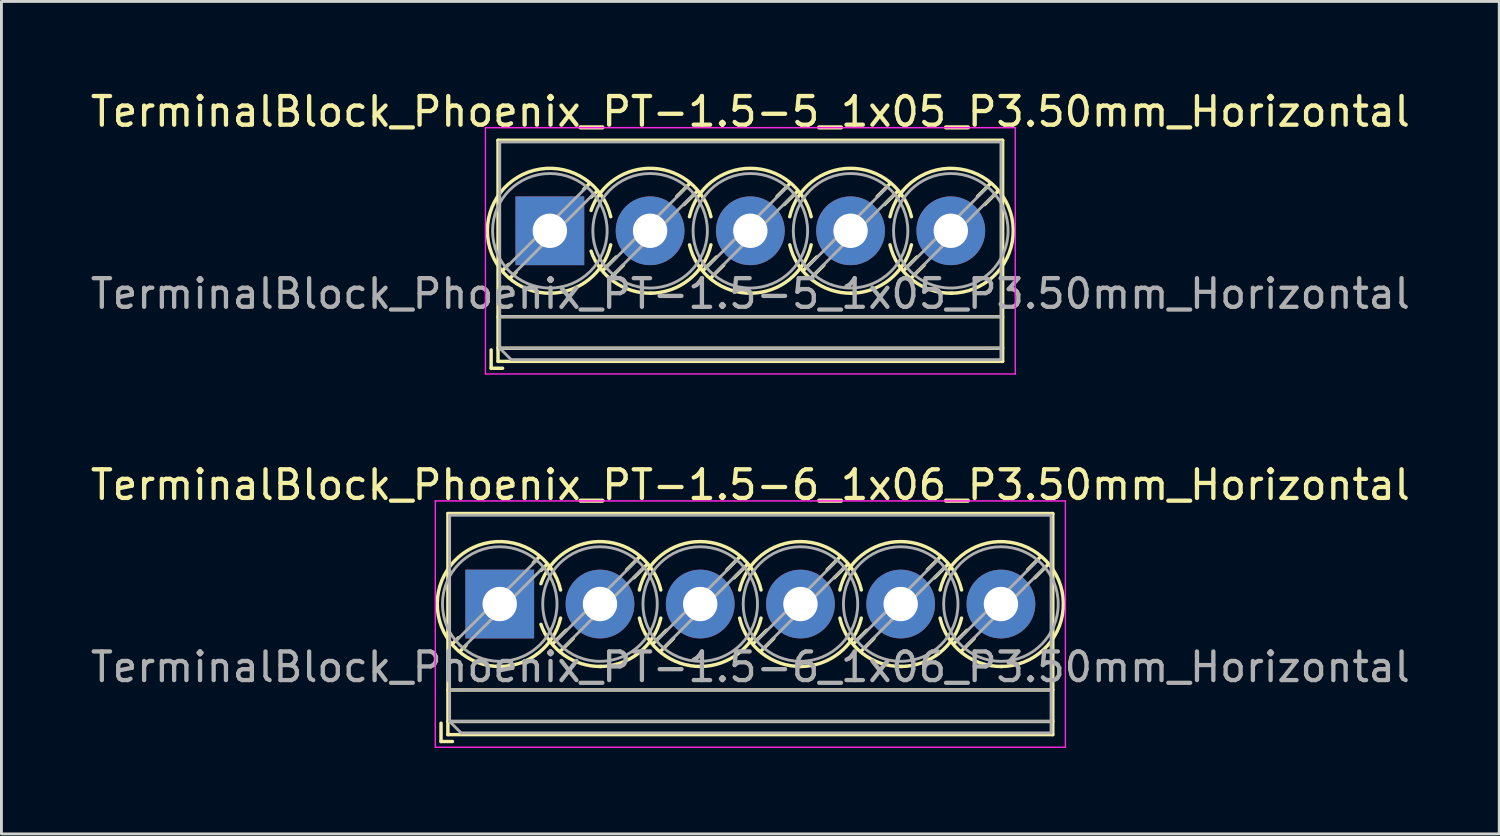
<source format=kicad_pcb>
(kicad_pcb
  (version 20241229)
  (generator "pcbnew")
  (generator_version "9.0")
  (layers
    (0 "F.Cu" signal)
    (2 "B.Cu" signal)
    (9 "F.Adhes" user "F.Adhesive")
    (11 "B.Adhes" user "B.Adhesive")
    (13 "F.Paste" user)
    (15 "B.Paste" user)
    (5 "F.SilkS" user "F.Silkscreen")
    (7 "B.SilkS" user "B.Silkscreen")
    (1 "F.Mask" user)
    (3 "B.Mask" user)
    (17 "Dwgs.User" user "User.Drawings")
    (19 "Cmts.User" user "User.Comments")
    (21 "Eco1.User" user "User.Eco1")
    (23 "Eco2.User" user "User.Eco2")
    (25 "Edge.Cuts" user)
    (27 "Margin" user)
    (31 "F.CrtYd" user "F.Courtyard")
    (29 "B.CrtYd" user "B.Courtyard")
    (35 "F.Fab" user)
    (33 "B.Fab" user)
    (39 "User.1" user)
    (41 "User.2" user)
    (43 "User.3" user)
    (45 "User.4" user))
  (footprint "TerminalBlock_Phoenix_PT-1.5-5_1x05_P3.50mm_Horizontal"
    (layer "F.Cu")
    (at 16.149 5.008)
    (property "Reference" "TerminalBlock_Phoenix_PT-1.5-5_1x05_P3.50mm_Horizontal" (at 7 -4.16 0) (layer "F.SilkS") (effects (font (size 1 1) (thickness 0.15))))
    (attr through_hole)
    (fp_line (start -2.05 4.16) (end -2.05 4.8) (stroke (width 0.12) (type solid)) (layer "F.SilkS"))
    (fp_line (start -2.05 4.8) (end -1.65 4.8) (stroke (width 0.12) (type solid)) (layer "F.SilkS"))
    (fp_line (start -1.81 -3.16) (end -1.81 4.56) (stroke (width 0.12) (type solid)) (layer "F.SilkS"))
    (fp_line (start -1.81 -3.16) (end 15.81 -3.16) (stroke (width 0.12) (type solid)) (layer "F.SilkS"))
    (fp_line (start -1.81 3) (end 15.81 3) (stroke (width 0.12) (type solid)) (layer "F.SilkS"))
    (fp_line (start -1.81 4.1) (end 15.81 4.1) (stroke (width 0.12) (type solid)) (layer "F.SilkS"))
    (fp_line (start -1.81 4.56) (end 15.81 4.56) (stroke (width 0.12) (type solid)) (layer "F.SilkS"))
    (fp_line (start -1.441 1.175) (end -1.654 1.388) (stroke (width 0.12) (type solid)) (layer "F.SilkS"))
    (fp_line (start -1.175 1.441) (end -1.388 1.654) (stroke (width 0.12) (type solid)) (layer "F.SilkS"))
    (fp_line (start 1.388 -1.654) (end 1.175 -1.441) (stroke (width 0.12) (type solid)) (layer "F.SilkS"))
    (fp_line (start 1.654 -1.388) (end 1.441 -1.175) (stroke (width 0.12) (type solid)) (layer "F.SilkS"))
    (fp_line (start 2.318 0.916) (end 1.847 1.388) (stroke (width 0.12) (type solid)) (layer "F.SilkS"))
    (fp_line (start 2.569 1.198) (end 2.113 1.654) (stroke (width 0.12) (type solid)) (layer "F.SilkS"))
    (fp_line (start 4.888 -1.654) (end 4.432 -1.198) (stroke (width 0.12) (type solid)) (layer "F.SilkS"))
    (fp_line (start 5.154 -1.388) (end 4.683 -0.916) (stroke (width 0.12) (type solid)) (layer "F.SilkS"))
    (fp_line (start 5.818 0.916) (end 5.347 1.388) (stroke (width 0.12) (type solid)) (layer "F.SilkS"))
    (fp_line (start 6.069 1.198) (end 5.613 1.654) (stroke (width 0.12) (type solid)) (layer "F.SilkS"))
    (fp_line (start 8.388 -1.654) (end 7.932 -1.198) (stroke (width 0.12) (type solid)) (layer "F.SilkS"))
    (fp_line (start 8.654 -1.388) (end 8.183 -0.916) (stroke (width 0.12) (type solid)) (layer "F.SilkS"))
    (fp_line (start 9.318 0.916) (end 8.847 1.388) (stroke (width 0.12) (type solid)) (layer "F.SilkS"))
    (fp_line (start 9.569 1.198) (end 9.113 1.654) (stroke (width 0.12) (type solid)) (layer "F.SilkS"))
    (fp_line (start 11.888 -1.654) (end 11.432 -1.198) (stroke (width 0.12) (type solid)) (layer "F.SilkS"))
    (fp_line (start 12.154 -1.388) (end 11.683 -0.916) (stroke (width 0.12) (type solid)) (layer "F.SilkS"))
    (fp_line (start 12.818 0.916) (end 12.347 1.388) (stroke (width 0.12) (type solid)) (layer "F.SilkS"))
    (fp_line (start 13.069 1.198) (end 12.613 1.654) (stroke (width 0.12) (type solid)) (layer "F.SilkS"))
    (fp_line (start 15.388 -1.654) (end 14.932 -1.198) (stroke (width 0.12) (type solid)) (layer "F.SilkS"))
    (fp_line (start 15.654 -1.388) (end 15.183 -0.916) (stroke (width 0.12) (type solid)) (layer "F.SilkS"))
    (fp_line (start 15.81 -3.16) (end 15.81 4.56) (stroke (width 0.12) (type solid)) (layer "F.SilkS"))
    (fp_arc (start 0.038458 2.180648) (mid -1.718884 -1.342439) (end 2.125 -0.491) (stroke (width 0.12) (type solid)) (layer "F.SilkS"))
    (fp_arc (start 1.437707 -0.709687) (mid 3.61375 -2.17802) (end 5.625 -0.491) (stroke (width 0.12) (type solid)) (layer "F.SilkS"))
    (fp_arc (start 2.124127 0.490393) (mid 1.357082 1.706086) (end 0 2.18) (stroke (width 0.12) (type solid)) (layer "F.SilkS"))
    (fp_arc (start 3.538366 2.17953) (mid 2.249943 1.785828) (end 1.439 0.71) (stroke (width 0.12) (type solid)) (layer "F.SilkS"))
    (fp_arc (start 4.874822 -0.490231) (mid 6.999605 -2.180988) (end 9.125 -0.491) (stroke (width 0.12) (type solid)) (layer "F.SilkS"))
    (fp_arc (start 5.624127 0.490393) (mid 4.857082 1.706086) (end 3.5 2.18) (stroke (width 0.12) (type solid)) (layer "F.SilkS"))
    (fp_arc (start 7.038666 2.17967) (mid 5.658338 1.718255) (end 4.876 0.491) (stroke (width 0.12) (type solid)) (layer "F.SilkS"))
    (fp_arc (start 8.374822 -0.490231) (mid 10.499605 -2.180988) (end 12.625 -0.491) (stroke (width 0.12) (type solid)) (layer "F.SilkS"))
    (fp_arc (start 9.124127 0.490393) (mid 8.357082 1.706086) (end 7 2.18) (stroke (width 0.12) (type solid)) (layer "F.SilkS"))
    (fp_arc (start 10.538666 2.17967) (mid 9.158338 1.718255) (end 8.376 0.491) (stroke (width 0.12) (type solid)) (layer "F.SilkS"))
    (fp_arc (start 11.875873 -0.490393) (mid 15.706086 -1.357082) (end 14 2.18) (stroke (width 0.12) (type solid)) (layer "F.SilkS"))
    (fp_arc (start 12.624127 0.490393) (mid 11.857082 1.706086) (end 10.5 2.18) (stroke (width 0.12) (type solid)) (layer "F.SilkS"))
    (fp_arc (start 14.038666 2.17967) (mid 12.658338 1.718255) (end 11.876 0.491) (stroke (width 0.12) (type solid)) (layer "F.SilkS"))
    (fp_line (start -2.25 -3.6) (end -2.25 5) (stroke (width 0.05) (type solid)) (layer "F.CrtYd"))
    (fp_line (start -2.25 5) (end 16.25 5) (stroke (width 0.05) (type solid)) (layer "F.CrtYd"))
    (fp_line (start 16.25 -3.6) (end -2.25 -3.6) (stroke (width 0.05) (type solid)) (layer "F.CrtYd"))
    (fp_line (start 16.25 5) (end 16.25 -3.6) (stroke (width 0.05) (type solid)) (layer "F.CrtYd"))
    (fp_line (start -1.75 -3.1) (end 15.75 -3.1) (stroke (width 0.1) (type solid)) (layer "F.Fab"))
    (fp_line (start -1.75 3) (end 15.75 3) (stroke (width 0.1) (type solid)) (layer "F.Fab"))
    (fp_line (start -1.75 4.1) (end -1.75 -3.1) (stroke (width 0.1) (type solid)) (layer "F.Fab"))
    (fp_line (start -1.75 4.1) (end 15.75 4.1) (stroke (width 0.1) (type solid)) (layer "F.Fab"))
    (fp_line (start -1.35 4.5) (end -1.75 4.1) (stroke (width 0.1) (type solid)) (layer "F.Fab"))
    (fp_line (start 1.273 -1.517) (end -1.517 1.273) (stroke (width 0.1) (type solid)) (layer "F.Fab"))
    (fp_line (start 1.517 -1.273) (end -1.273 1.517) (stroke (width 0.1) (type solid)) (layer "F.Fab"))
    (fp_line (start 4.773 -1.517) (end 1.984 1.273) (stroke (width 0.1) (type solid)) (layer "F.Fab"))
    (fp_line (start 5.017 -1.273) (end 2.228 1.517) (stroke (width 0.1) (type solid)) (layer "F.Fab"))
    (fp_line (start 8.273 -1.517) (end 5.484 1.273) (stroke (width 0.1) (type solid)) (layer "F.Fab"))
    (fp_line (start 8.517 -1.273) (end 5.728 1.517) (stroke (width 0.1) (type solid)) (layer "F.Fab"))
    (fp_line (start 11.773 -1.517) (end 8.984 1.273) (stroke (width 0.1) (type solid)) (layer "F.Fab"))
    (fp_line (start 12.017 -1.273) (end 9.228 1.517) (stroke (width 0.1) (type solid)) (layer "F.Fab"))
    (fp_line (start 15.273 -1.517) (end 12.484 1.273) (stroke (width 0.1) (type solid)) (layer "F.Fab"))
    (fp_line (start 15.517 -1.273) (end 12.728 1.517) (stroke (width 0.1) (type solid)) (layer "F.Fab"))
    (fp_line (start 15.75 -3.1) (end 15.75 4.5) (stroke (width 0.1) (type solid)) (layer "F.Fab"))
    (fp_line (start 15.75 4.5) (end -1.35 4.5) (stroke (width 0.1) (type solid)) (layer "F.Fab"))
    (fp_circle (center 0 0) (end 2 0) (stroke (width 0.1) (type solid)) (fill no) (layer "F.Fab"))
    (fp_circle (center 3.5 0) (end 5.5 0) (stroke (width 0.1) (type solid)) (fill no) (layer "F.Fab"))
    (fp_circle (center 7 0) (end 9 0) (stroke (width 0.1) (type solid)) (fill no) (layer "F.Fab"))
    (fp_circle (center 10.5 0) (end 12.5 0) (stroke (width 0.1) (type solid)) (fill no) (layer "F.Fab"))
    (fp_circle (center 14 0) (end 16 0) (stroke (width 0.1) (type solid)) (fill no) (layer "F.Fab"))
    (fp_text user "${REFERENCE}" (at 7 2.2 0) (layer "F.Fab") (effects (font (size 1 1) (thickness 0.15))))
    (pad "1" thru_hole rect (at 0 0) (size 2.4 2.4) (drill 1.2) (layers "*.Cu" "*.Mask"))
    (pad "2" thru_hole circle (at 3.5 0) (size 2.4 2.4) (drill 1.2) (layers "*.Cu" "*.Mask"))
    (pad "3" thru_hole circle (at 7 0) (size 2.4 2.4) (drill 1.2) (layers "*.Cu" "*.Mask"))
    (pad "4" thru_hole circle (at 10.5 0) (size 2.4 2.4) (drill 1.2) (layers "*.Cu" "*.Mask"))
    (pad "5" thru_hole circle (at 14 0) (size 2.4 2.4) (drill 1.2) (layers "*.Cu" "*.Mask")))
  (footprint "TerminalBlock_Phoenix_PT-1.5-6_1x06_P3.50mm_Horizontal"
    (layer "F.Cu")
    (at 14.399 18.041)
    (property "Reference" "TerminalBlock_Phoenix_PT-1.5-6_1x06_P3.50mm_Horizontal" (at 8.75 -4.16 0) (layer "F.SilkS") (effects (font (size 1 1) (thickness 0.15))))
    (attr through_hole)
    (fp_line (start -2.05 4.16) (end -2.05 4.8) (stroke (width 0.12) (type solid)) (layer "F.SilkS"))
    (fp_line (start -2.05 4.8) (end -1.65 4.8) (stroke (width 0.12) (type solid)) (layer "F.SilkS"))
    (fp_line (start -1.81 -3.16) (end -1.81 4.56) (stroke (width 0.12) (type solid)) (layer "F.SilkS"))
    (fp_line (start -1.81 -3.16) (end 19.311 -3.16) (stroke (width 0.12) (type solid)) (layer "F.SilkS"))
    (fp_line (start -1.81 3) (end 19.311 3) (stroke (width 0.12) (type solid)) (layer "F.SilkS"))
    (fp_line (start -1.81 4.1) (end 19.311 4.1) (stroke (width 0.12) (type solid)) (layer "F.SilkS"))
    (fp_line (start -1.81 4.56) (end 19.311 4.56) (stroke (width 0.12) (type solid)) (layer "F.SilkS"))
    (fp_line (start -1.441 1.175) (end -1.654 1.388) (stroke (width 0.12) (type solid)) (layer "F.SilkS"))
    (fp_line (start -1.175 1.441) (end -1.388 1.654) (stroke (width 0.12) (type solid)) (layer "F.SilkS"))
    (fp_line (start 1.388 -1.654) (end 1.175 -1.441) (stroke (width 0.12) (type solid)) (layer "F.SilkS"))
    (fp_line (start 1.654 -1.388) (end 1.441 -1.175) (stroke (width 0.12) (type solid)) (layer "F.SilkS"))
    (fp_line (start 2.318 0.916) (end 1.847 1.388) (stroke (width 0.12) (type solid)) (layer "F.SilkS"))
    (fp_line (start 2.569 1.198) (end 2.113 1.654) (stroke (width 0.12) (type solid)) (layer "F.SilkS"))
    (fp_line (start 4.888 -1.654) (end 4.432 -1.198) (stroke (width 0.12) (type solid)) (layer "F.SilkS"))
    (fp_line (start 5.154 -1.388) (end 4.683 -0.916) (stroke (width 0.12) (type solid)) (layer "F.SilkS"))
    (fp_line (start 5.818 0.916) (end 5.347 1.388) (stroke (width 0.12) (type solid)) (layer "F.SilkS"))
    (fp_line (start 6.069 1.198) (end 5.613 1.654) (stroke (width 0.12) (type solid)) (layer "F.SilkS"))
    (fp_line (start 8.388 -1.654) (end 7.932 -1.198) (stroke (width 0.12) (type solid)) (layer "F.SilkS"))
    (fp_line (start 8.654 -1.388) (end 8.183 -0.916) (stroke (width 0.12) (type solid)) (layer "F.SilkS"))
    (fp_line (start 9.318 0.916) (end 8.847 1.388) (stroke (width 0.12) (type solid)) (layer "F.SilkS"))
    (fp_line (start 9.569 1.198) (end 9.113 1.654) (stroke (width 0.12) (type solid)) (layer "F.SilkS"))
    (fp_line (start 11.888 -1.654) (end 11.432 -1.198) (stroke (width 0.12) (type solid)) (layer "F.SilkS"))
    (fp_line (start 12.154 -1.388) (end 11.683 -0.916) (stroke (width 0.12) (type solid)) (layer "F.SilkS"))
    (fp_line (start 12.818 0.916) (end 12.347 1.388) (stroke (width 0.12) (type solid)) (layer "F.SilkS"))
    (fp_line (start 13.069 1.198) (end 12.613 1.654) (stroke (width 0.12) (type solid)) (layer "F.SilkS"))
    (fp_line (start 15.388 -1.654) (end 14.932 -1.198) (stroke (width 0.12) (type solid)) (layer "F.SilkS"))
    (fp_line (start 15.654 -1.388) (end 15.183 -0.916) (stroke (width 0.12) (type solid)) (layer "F.SilkS"))
    (fp_line (start 16.318 0.916) (end 15.847 1.388) (stroke (width 0.12) (type solid)) (layer "F.SilkS"))
    (fp_line (start 16.569 1.198) (end 16.113 1.654) (stroke (width 0.12) (type solid)) (layer "F.SilkS"))
    (fp_line (start 18.888 -1.654) (end 18.432 -1.198) (stroke (width 0.12) (type solid)) (layer "F.SilkS"))
    (fp_line (start 19.154 -1.388) (end 18.683 -0.916) (stroke (width 0.12) (type solid)) (layer "F.SilkS"))
    (fp_line (start 19.311 -3.16) (end 19.311 4.56) (stroke (width 0.12) (type solid)) (layer "F.SilkS"))
    (fp_arc (start 0.038458 2.180648) (mid -1.718884 -1.342439) (end 2.125 -0.491) (stroke (width 0.12) (type solid)) (layer "F.SilkS"))
    (fp_arc (start 1.437707 -0.709687) (mid 3.61375 -2.17802) (end 5.625 -0.491) (stroke (width 0.12) (type solid)) (layer "F.SilkS"))
    (fp_arc (start 2.124127 0.490393) (mid 1.357082 1.706086) (end 0 2.18) (stroke (width 0.12) (type solid)) (layer "F.SilkS"))
    (fp_arc (start 3.538366 2.17953) (mid 2.249943 1.785828) (end 1.439 0.71) (stroke (width 0.12) (type solid)) (layer "F.SilkS"))
    (fp_arc (start 4.874822 -0.490231) (mid 6.999605 -2.180988) (end 9.125 -0.491) (stroke (width 0.12) (type solid)) (layer "F.SilkS"))
    (fp_arc (start 5.624127 0.490393) (mid 4.857082 1.706086) (end 3.5 2.18) (stroke (width 0.12) (type solid)) (layer "F.SilkS"))
    (fp_arc (start 7.038666 2.17967) (mid 5.658338 1.718255) (end 4.876 0.491) (stroke (width 0.12) (type solid)) (layer "F.SilkS"))
    (fp_arc (start 8.374822 -0.490231) (mid 10.499605 -2.180988) (end 12.625 -0.491) (stroke (width 0.12) (type solid)) (layer "F.SilkS"))
    (fp_arc (start 9.124127 0.490393) (mid 8.357082 1.706086) (end 7 2.18) (stroke (width 0.12) (type solid)) (layer "F.SilkS"))
    (fp_arc (start 10.538666 2.17967) (mid 9.158338 1.718255) (end 8.376 0.491) (stroke (width 0.12) (type solid)) (layer "F.SilkS"))
    (fp_arc (start 11.874822 -0.490231) (mid 13.999605 -2.180988) (end 16.125 -0.491) (stroke (width 0.12) (type solid)) (layer "F.SilkS"))
    (fp_arc (start 12.624127 0.490393) (mid 11.857082 1.706086) (end 10.5 2.18) (stroke (width 0.12) (type solid)) (layer "F.SilkS"))
    (fp_arc (start 14.038666 2.17967) (mid 12.658338 1.718255) (end 11.876 0.491) (stroke (width 0.12) (type solid)) (layer "F.SilkS"))
    (fp_arc (start 15.375873 -0.490393) (mid 19.206086 -1.357082) (end 17.5 2.18) (stroke (width 0.12) (type solid)) (layer "F.SilkS"))
    (fp_arc (start 16.124127 0.490393) (mid 15.357082 1.706086) (end 14 2.18) (stroke (width 0.12) (type solid)) (layer "F.SilkS"))
    (fp_arc (start 17.538666 2.17967) (mid 16.158338 1.718255) (end 15.376 0.491) (stroke (width 0.12) (type solid)) (layer "F.SilkS"))
    (fp_line (start -2.25 -3.6) (end -2.25 5) (stroke (width 0.05) (type solid)) (layer "F.CrtYd"))
    (fp_line (start -2.25 5) (end 19.75 5) (stroke (width 0.05) (type solid)) (layer "F.CrtYd"))
    (fp_line (start 19.75 -3.6) (end -2.25 -3.6) (stroke (width 0.05) (type solid)) (layer "F.CrtYd"))
    (fp_line (start 19.75 5) (end 19.75 -3.6) (stroke (width 0.05) (type solid)) (layer "F.CrtYd"))
    (fp_line (start -1.75 -3.1) (end 19.25 -3.1) (stroke (width 0.1) (type solid)) (layer "F.Fab"))
    (fp_line (start -1.75 3) (end 19.25 3) (stroke (width 0.1) (type solid)) (layer "F.Fab"))
    (fp_line (start -1.75 4.1) (end -1.75 -3.1) (stroke (width 0.1) (type solid)) (layer "F.Fab"))
    (fp_line (start -1.75 4.1) (end 19.25 4.1) (stroke (width 0.1) (type solid)) (layer "F.Fab"))
    (fp_line (start -1.35 4.5) (end -1.75 4.1) (stroke (width 0.1) (type solid)) (layer "F.Fab"))
    (fp_line (start 1.273 -1.517) (end -1.517 1.273) (stroke (width 0.1) (type solid)) (layer "F.Fab"))
    (fp_line (start 1.517 -1.273) (end -1.273 1.517) (stroke (width 0.1) (type solid)) (layer "F.Fab"))
    (fp_line (start 4.773 -1.517) (end 1.984 1.273) (stroke (width 0.1) (type solid)) (layer "F.Fab"))
    (fp_line (start 5.017 -1.273) (end 2.228 1.517) (stroke (width 0.1) (type solid)) (layer "F.Fab"))
    (fp_line (start 8.273 -1.517) (end 5.484 1.273) (stroke (width 0.1) (type solid)) (layer "F.Fab"))
    (fp_line (start 8.517 -1.273) (end 5.728 1.517) (stroke (width 0.1) (type solid)) (layer "F.Fab"))
    (fp_line (start 11.773 -1.517) (end 8.984 1.273) (stroke (width 0.1) (type solid)) (layer "F.Fab"))
    (fp_line (start 12.017 -1.273) (end 9.228 1.517) (stroke (width 0.1) (type solid)) (layer "F.Fab"))
    (fp_line (start 15.273 -1.517) (end 12.484 1.273) (stroke (width 0.1) (type solid)) (layer "F.Fab"))
    (fp_line (start 15.517 -1.273) (end 12.728 1.517) (stroke (width 0.1) (type solid)) (layer "F.Fab"))
    (fp_line (start 18.773 -1.517) (end 15.984 1.273) (stroke (width 0.1) (type solid)) (layer "F.Fab"))
    (fp_line (start 19.017 -1.273) (end 16.228 1.517) (stroke (width 0.1) (type solid)) (layer "F.Fab"))
    (fp_line (start 19.25 -3.1) (end 19.25 4.5) (stroke (width 0.1) (type solid)) (layer "F.Fab"))
    (fp_line (start 19.25 4.5) (end -1.35 4.5) (stroke (width 0.1) (type solid)) (layer "F.Fab"))
    (fp_circle (center 0 0) (end 2 0) (stroke (width 0.1) (type solid)) (fill no) (layer "F.Fab"))
    (fp_circle (center 3.5 0) (end 5.5 0) (stroke (width 0.1) (type solid)) (fill no) (layer "F.Fab"))
    (fp_circle (center 7 0) (end 9 0) (stroke (width 0.1) (type solid)) (fill no) (layer "F.Fab"))
    (fp_circle (center 10.5 0) (end 12.5 0) (stroke (width 0.1) (type solid)) (fill no) (layer "F.Fab"))
    (fp_circle (center 14 0) (end 16 0) (stroke (width 0.1) (type solid)) (fill no) (layer "F.Fab"))
    (fp_circle (center 17.5 0) (end 19.5 0) (stroke (width 0.1) (type solid)) (fill no) (layer "F.Fab"))
    (fp_text user "${REFERENCE}" (at 8.75 2.2 0) (layer "F.Fab") (effects (font (size 1 1) (thickness 0.15))))
    (pad "1" thru_hole rect (at 0 0) (size 2.4 2.4) (drill 1.2) (layers "*.Cu" "*.Mask"))
    (pad "2" thru_hole circle (at 3.5 0) (size 2.4 2.4) (drill 1.2) (layers "*.Cu" "*.Mask"))
    (pad "3" thru_hole circle (at 7 0) (size 2.4 2.4) (drill 1.2) (layers "*.Cu" "*.Mask"))
    (pad "4" thru_hole circle (at 10.5 0) (size 2.4 2.4) (drill 1.2) (layers "*.Cu" "*.Mask"))
    (pad "5" thru_hole circle (at 14 0) (size 2.4 2.4) (drill 1.2) (layers "*.Cu" "*.Mask"))
    (pad "6" thru_hole circle (at 17.5 0) (size 2.4 2.4) (drill 1.2) (layers "*.Cu" "*.Mask")))
  (gr_rect
    (start -3 -3)
    (end 49.298 26.067)
    (stroke (width 0.1) (type default))
    (fill no)
    (layer "Edge.Cuts")))
</source>
